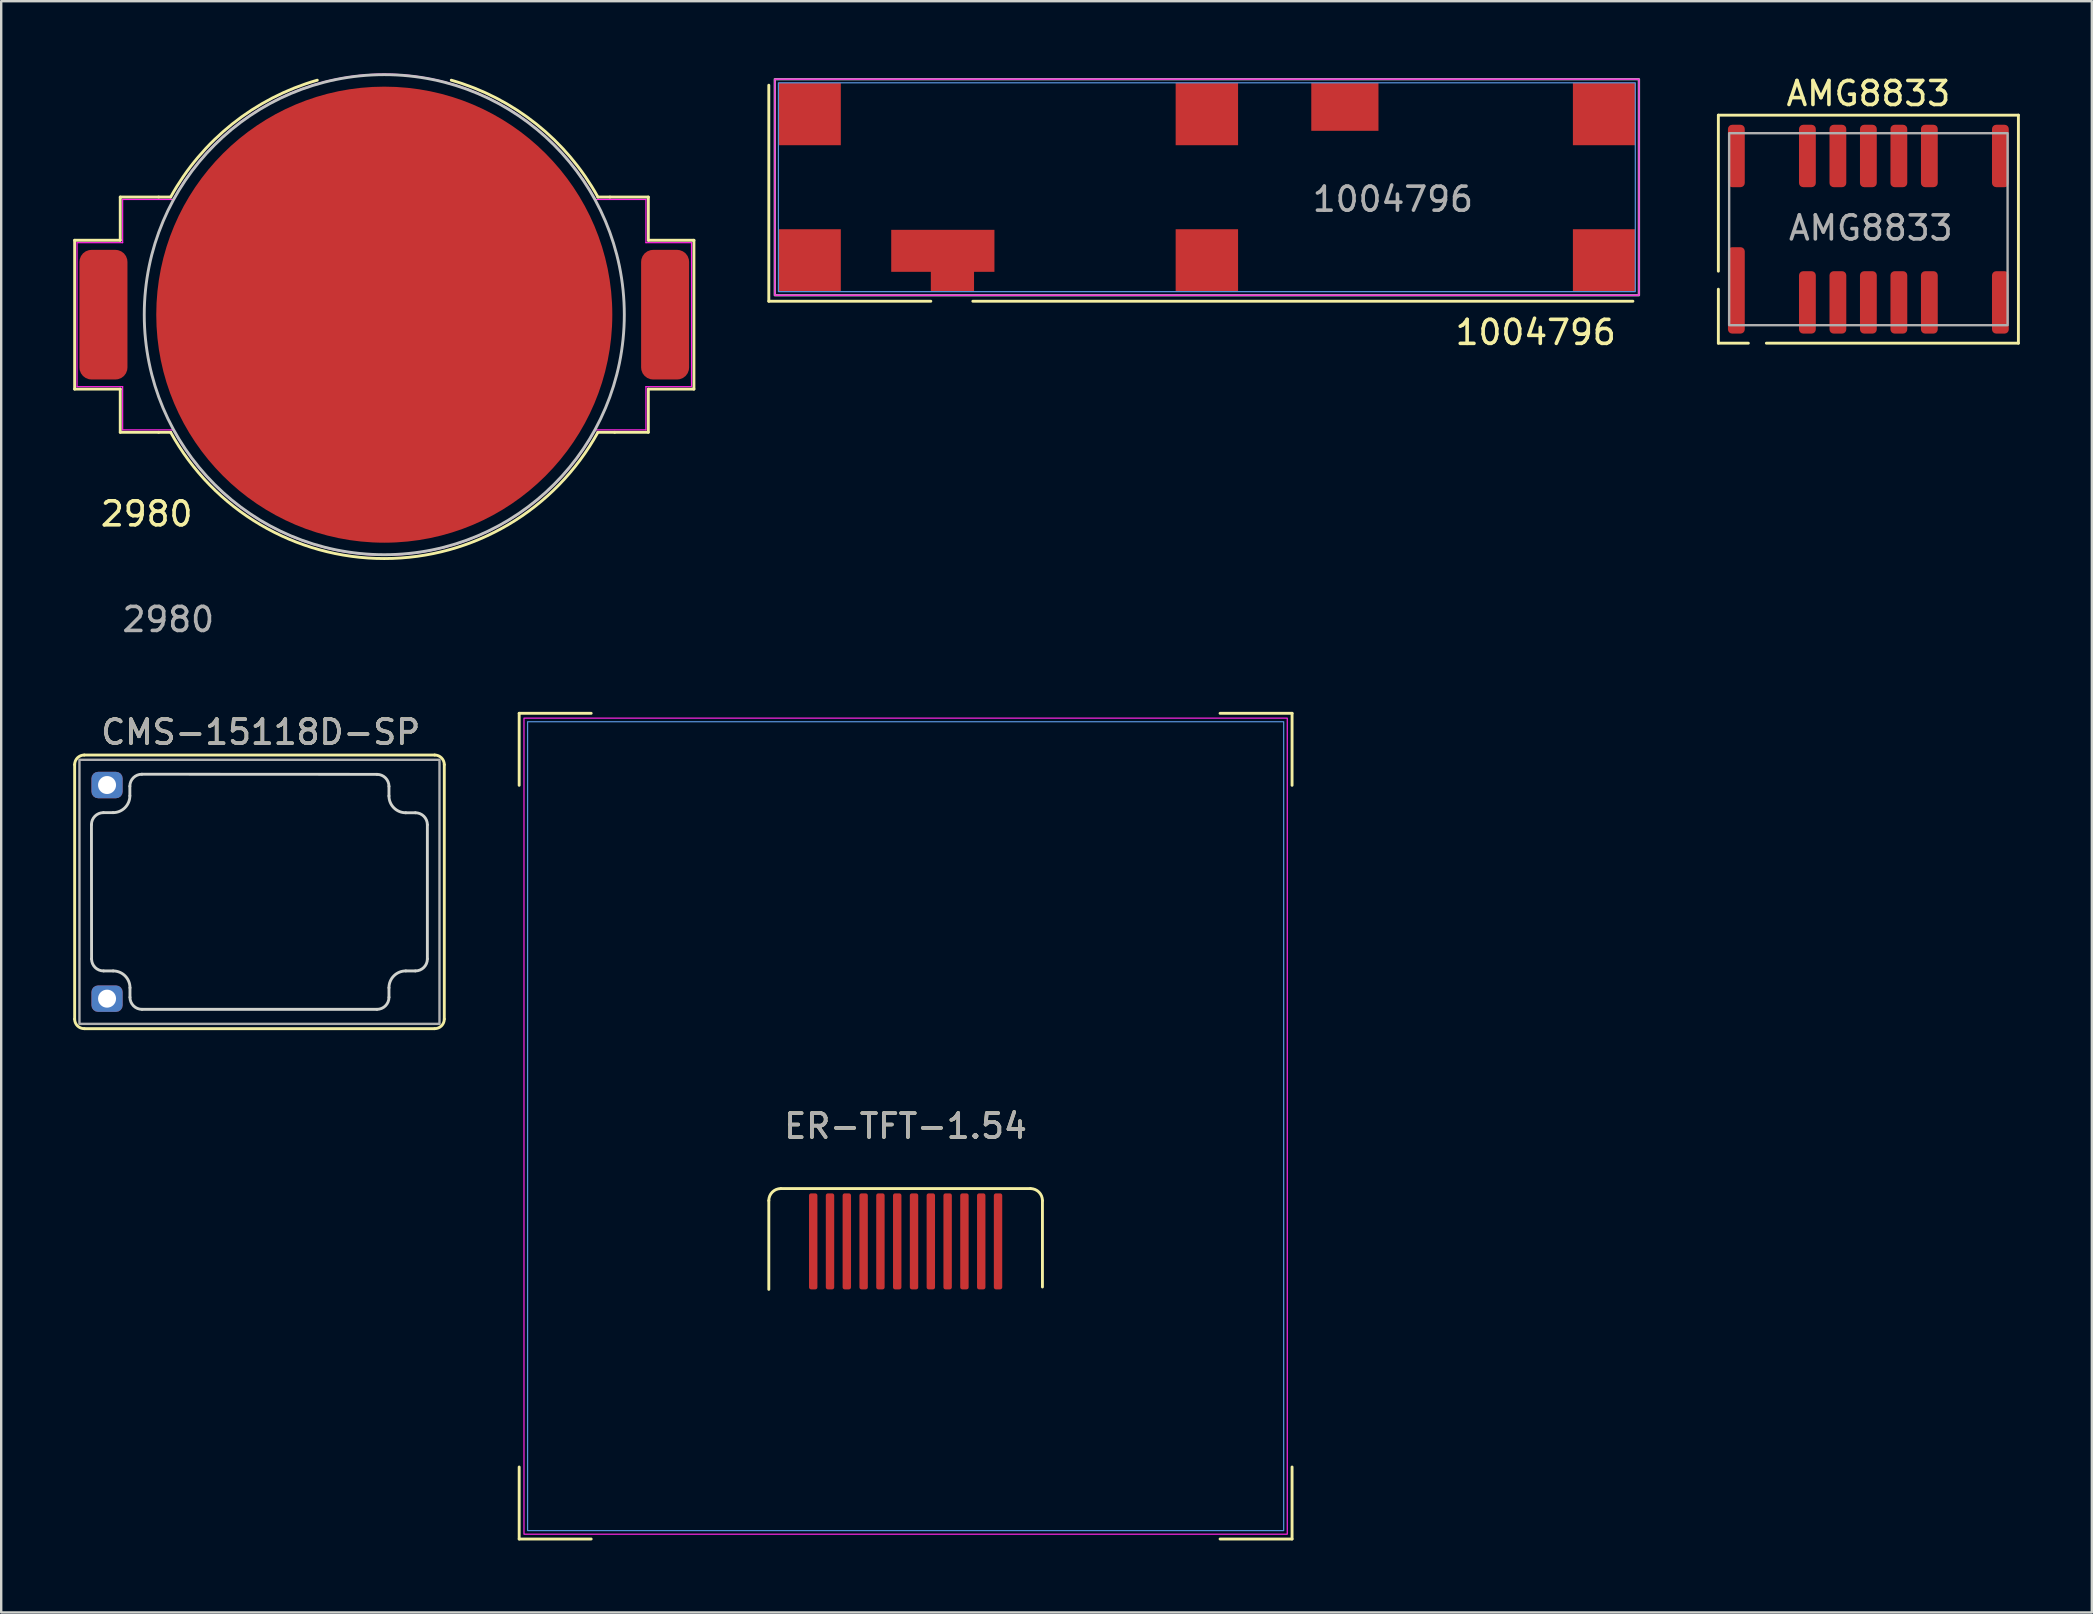
<source format=kicad_pcb>
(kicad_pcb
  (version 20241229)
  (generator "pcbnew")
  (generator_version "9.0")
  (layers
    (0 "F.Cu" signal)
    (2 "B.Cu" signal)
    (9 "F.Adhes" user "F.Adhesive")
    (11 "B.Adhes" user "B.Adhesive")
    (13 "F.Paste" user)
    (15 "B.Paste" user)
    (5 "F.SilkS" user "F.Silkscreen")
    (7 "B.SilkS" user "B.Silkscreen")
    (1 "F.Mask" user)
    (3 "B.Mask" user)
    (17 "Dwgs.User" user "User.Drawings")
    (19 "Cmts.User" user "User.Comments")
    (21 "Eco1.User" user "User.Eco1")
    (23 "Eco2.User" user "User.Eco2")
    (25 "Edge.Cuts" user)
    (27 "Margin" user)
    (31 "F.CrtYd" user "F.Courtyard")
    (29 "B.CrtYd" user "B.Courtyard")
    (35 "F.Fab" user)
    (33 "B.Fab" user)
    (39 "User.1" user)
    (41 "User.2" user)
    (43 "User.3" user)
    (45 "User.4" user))
  (footprint "1004796"
    (layer "F.Cu")
    (at 65.23 0.25)
    (property "Reference" "1004796" (at -4.3 10.55 0) (unlocked yes) (layer "F.SilkS") (effects (font (size 1 1) (thickness 0.15))))
    (attr smd)
    (fp_line (start -36.25 0.25) (end -36.25 9.25) (stroke (width 0.12) (type solid)) (layer "F.SilkS"))
    (fp_line (start -36.25 9.25) (end -29.5 9.25) (stroke (width 0.12) (type solid)) (layer "F.SilkS"))
    (fp_line (start -27.75 9.25) (end -0.25 9.25) (stroke (width 0.12) (type solid)) (layer "F.SilkS"))
    (fp_rect (start -0.15 0.15) (end -35.85 8.85) (stroke (width 0.05) (type solid)) (fill no) (layer "Cmts.User"))
    (fp_rect (start 0 0) (end -36 9) (stroke (width 0.05) (type solid)) (fill no) (layer "F.CrtYd"))
    (fp_rect (start -36 9) (end 0 0) (stroke (width 0.1) (type solid)) (fill no) (layer "F.Fab"))
    (fp_text user "${REFERENCE}" (at -10.25 5 0) (unlocked yes) (layer "F.Fab") (effects (font (size 1 1) (thickness 0.15))))
    (pad "1" smd custom (at -29 7.15) (size 4.3 1.75) (layers "F.Cu" "F.Mask" "F.Paste") (options (anchor rect)) (primitives (gr_rect (start -0.5 0.85) (end 1.3 1.7) (width 0) (fill yes))))
    (pad "2" smd rect (at -34.55 7.55) (size 2.6 2.6) (layers "F.Cu" "F.Mask" "F.Paste"))
    (pad "3" smd rect (at -34.55 1.45) (size 2.6 2.6) (layers "F.Cu" "F.Mask" "F.Paste"))
    (pad "4" smd rect (at -18 1.45) (size 2.6 2.6) (layers "F.Cu" "F.Mask" "F.Paste"))
    (pad "5" smd rect (at -12.25 1.15) (size 2.8 2) (layers "F.Cu" "F.Mask" "F.Paste"))
    (pad "6" smd rect (at -1.45 1.45) (size 2.6 2.6) (layers "F.Cu" "F.Mask" "F.Paste"))
    (pad "7" smd rect (at -1.45 7.55) (size 2.6 2.6) (layers "F.Cu" "F.Mask" "F.Paste"))
    (pad "8" smd rect (at -18 7.55) (size 2.6 2.6) (layers "F.Cu" "F.Mask" "F.Paste")))
  (footprint "CMS-15118D-SP"
    (layer "F.Cu")
    (at 7.76 34.106)
    (property "Reference" "CMS-15118D-SP" (at 0.05 -6.65 0) (unlocked yes) (layer "F.SilkS") (effects (font (size 1 1) (thickness 0.15))))
    (attr through_hole)
    (fp_line (start -7.7 5.3) (end -7.7 -5.3) (stroke (width 0.12) (type solid)) (layer "F.SilkS"))
    (fp_line (start -7.3 -5.7) (end 7.3 -5.7) (stroke (width 0.12) (type solid)) (layer "F.SilkS"))
    (fp_line (start 7.3 5.7) (end -7.3 5.7) (stroke (width 0.12) (type solid)) (layer "F.SilkS"))
    (fp_line (start 7.7 -5.3) (end 7.7 5.3) (stroke (width 0.12) (type solid)) (layer "F.SilkS"))
    (fp_arc (start -7.7 -5.3) (mid -7.582843 -5.582843) (end -7.3 -5.7) (stroke (width 0.12) (type solid)) (layer "F.SilkS"))
    (fp_arc (start -7.3 5.7) (mid -7.582843 5.582843) (end -7.7 5.3) (stroke (width 0.12) (type solid)) (layer "F.SilkS"))
    (fp_arc (start 7.3 -5.7) (mid 7.582843 -5.582843) (end 7.7 -5.3) (stroke (width 0.12) (type solid)) (layer "F.SilkS"))
    (fp_arc (start 7.7 5.3) (mid 7.582843 5.582843) (end 7.3 5.7) (stroke (width 0.12) (type solid)) (layer "F.SilkS"))
    (fp_line (start -7 -2.8) (end -6.995 2.795) (stroke (width 0.12) (type solid)) (layer "Edge.Cuts"))
    (fp_line (start -6.5 -3.3) (end -6.1 -3.3) (stroke (width 0.12) (type solid)) (layer "Edge.Cuts"))
    (fp_line (start -6.095 3.295) (end -6.495 3.295) (stroke (width 0.12) (type solid)) (layer "Edge.Cuts"))
    (fp_line (start -5.4 -4) (end -5.4 -4.4) (stroke (width 0.12) (type solid)) (layer "Edge.Cuts"))
    (fp_line (start -5.395 4.395) (end -5.395 3.995) (stroke (width 0.12) (type solid)) (layer "Edge.Cuts"))
    (fp_line (start -4.895 4.895) (end 4.895 4.895) (stroke (width 0.12) (type solid)) (layer "Edge.Cuts"))
    (fp_line (start 4.895 -4.895) (end -4.9 -4.9) (stroke (width 0.12) (type solid)) (layer "Edge.Cuts"))
    (fp_line (start 5.395 -4.395) (end 5.395 -3.995) (stroke (width 0.12) (type solid)) (layer "Edge.Cuts"))
    (fp_line (start 5.395 3.995) (end 5.395 4.395) (stroke (width 0.12) (type solid)) (layer "Edge.Cuts"))
    (fp_line (start 6.095 -3.295) (end 6.495 -3.295) (stroke (width 0.12) (type solid)) (layer "Edge.Cuts"))
    (fp_line (start 6.495 3.295) (end 6.095 3.295) (stroke (width 0.12) (type solid)) (layer "Edge.Cuts"))
    (fp_line (start 6.995 2.795) (end 6.995 -2.795) (stroke (width 0.12) (type solid)) (layer "Edge.Cuts"))
    (fp_arc (start -7 -2.8) (mid -6.853553 -3.153553) (end -6.5 -3.3) (stroke (width 0.12) (type solid)) (layer "Edge.Cuts"))
    (fp_arc (start -6.494975 3.294975) (mid -6.848528 3.148528) (end -6.994975 2.794975) (stroke (width 0.12) (type solid)) (layer "Edge.Cuts"))
    (fp_arc (start -6.094975 3.294975) (mid -5.6 3.5) (end -5.394975 3.994975) (stroke (width 0.12) (type solid)) (layer "Edge.Cuts"))
    (fp_arc (start -5.4 -4.4) (mid -5.253553 -4.753553) (end -4.9 -4.9) (stroke (width 0.12) (type solid)) (layer "Edge.Cuts"))
    (fp_arc (start -5.4 -4) (mid -5.605025 -3.505025) (end -6.1 -3.3) (stroke (width 0.12) (type solid)) (layer "Edge.Cuts"))
    (fp_arc (start -4.894975 4.894975) (mid -5.248528 4.748528) (end -5.394975 4.394975) (stroke (width 0.12) (type solid)) (layer "Edge.Cuts"))
    (fp_arc (start 4.894975 -4.894975) (mid 5.248528 -4.748528) (end 5.394975 -4.394975) (stroke (width 0.12) (type solid)) (layer "Edge.Cuts"))
    (fp_arc (start 5.394975 3.994975) (mid 5.6 3.5) (end 6.094975 3.294975) (stroke (width 0.12) (type solid)) (layer "Edge.Cuts"))
    (fp_arc (start 5.394975 4.394975) (mid 5.248528 4.748528) (end 4.894975 4.894975) (stroke (width 0.12) (type solid)) (layer "Edge.Cuts"))
    (fp_arc (start 6.094975 -3.294975) (mid 5.6 -3.5) (end 5.394975 -3.994975) (stroke (width 0.12) (type solid)) (layer "Edge.Cuts"))
    (fp_arc (start 6.494975 -3.294975) (mid 6.848528 -3.148528) (end 6.994975 -2.794975) (stroke (width 0.12) (type solid)) (layer "Edge.Cuts"))
    (fp_arc (start 6.994975 2.794975) (mid 6.848528 3.148528) (end 6.494975 3.294975) (stroke (width 0.12) (type solid)) (layer "Edge.Cuts"))
    (fp_rect (start -7.5 -5.5) (end 7.5 5.5) (stroke (width 0.1) (type solid)) (fill no) (layer "F.Fab"))
    (fp_text user "${REFERENCE}" (at 0.05 -6.65 0) (unlocked yes) (layer "F.Fab") (effects (font (size 1 1) (thickness 0.15))))
    (pad "1" thru_hole roundrect (at -6.35 -4.45) (size 1.3 1.1) (drill 0.75) (layers "*.Cu" "*.Mask") (roundrect_rratio 0.25))
    (pad "2" thru_hole roundrect (at -6.35 4.45) (size 1.3 1.1) (drill 0.75) (layers "*.Cu" "*.Mask") (roundrect_rratio 0.25)))
  (footprint "AMG8833"
    (layer "F.Cu")
    (at 74.79 6.498)
    (property "Reference" "AMG8833" (at 0 -5.65 0) (unlocked yes) (layer "F.SilkS") (effects (font (size 1 1) (thickness 0.15))))
    (attr smd)
    (fp_line (start -6.25 -4.75) (end -6.25 1.75) (stroke (width 0.12) (type solid)) (layer "F.SilkS"))
    (fp_line (start -6.25 2.5) (end -6.25 4.75) (stroke (width 0.12) (type solid)) (layer "F.SilkS"))
    (fp_line (start -6.25 4.75) (end -5 4.75) (stroke (width 0.12) (type solid)) (layer "F.SilkS"))
    (fp_line (start -4.25 4.75) (end 6.25 4.75) (stroke (width 0.12) (type solid)) (layer "F.SilkS"))
    (fp_line (start 6.25 -4.75) (end -6.25 -4.75) (stroke (width 0.12) (type solid)) (layer "F.SilkS"))
    (fp_line (start 6.25 4.75) (end 6.25 -4.75) (stroke (width 0.12) (type solid)) (layer "F.SilkS"))
    (fp_rect (start -5.8 -4) (end 5.8 4) (stroke (width 0.1) (type solid)) (fill no) (layer "F.Fab"))
    (fp_text user "${REFERENCE}" (at 0.1 -0.05 0) (unlocked yes) (layer "F.Fab") (effects (font (size 1 1) (thickness 0.15))))
    (pad "1" smd roundrect (at -5.5 2.55) (size 0.7 3.6) (layers "F.Cu" "F.Mask" "F.Paste") (roundrect_rratio 0.25))
    (pad "2" smd roundrect (at -2.54 3.05) (size 0.7 2.6) (layers "F.Cu" "F.Mask" "F.Paste") (roundrect_rratio 0.25))
    (pad "3" smd roundrect (at -1.27 3.05) (size 0.7 2.6) (layers "F.Cu" "F.Mask" "F.Paste") (roundrect_rratio 0.25))
    (pad "4" smd roundrect (at 0 3.05) (size 0.7 2.6) (layers "F.Cu" "F.Mask" "F.Paste") (roundrect_rratio 0.25))
    (pad "5" smd roundrect (at 1.27 3.05) (size 0.7 2.6) (layers "F.Cu" "F.Mask" "F.Paste") (roundrect_rratio 0.25))
    (pad "6" smd roundrect (at 2.54 3.05) (size 0.7 2.6) (layers "F.Cu" "F.Mask" "F.Paste") (roundrect_rratio 0.25))
    (pad "7" smd roundrect (at 5.5 3.05) (size 0.7 2.6) (layers "F.Cu" "F.Mask" "F.Paste") (roundrect_rratio 0.25))
    (pad "8" smd roundrect (at 5.5 -3.05) (size 0.7 2.6) (layers "F.Cu" "F.Mask" "F.Paste") (roundrect_rratio 0.25))
    (pad "9" smd roundrect (at 2.54 -3.05) (size 0.7 2.6) (layers "F.Cu" "F.Mask" "F.Paste") (roundrect_rratio 0.25))
    (pad "10" smd roundrect (at 1.27 -3.05) (size 0.7 2.6) (layers "F.Cu" "F.Mask" "F.Paste") (roundrect_rratio 0.25))
    (pad "11" smd roundrect (at 0 -3.05) (size 0.7 2.6) (layers "F.Cu" "F.Mask" "F.Paste") (roundrect_rratio 0.25))
    (pad "12" smd roundrect (at -1.27 -3.05) (size 0.7 2.6) (layers "F.Cu" "F.Mask" "F.Paste") (roundrect_rratio 0.25))
    (pad "13" smd roundrect (at -2.54 -3.05) (size 0.7 2.6) (layers "F.Cu" "F.Mask" "F.Paste") (roundrect_rratio 0.25))
    (pad "14" smd roundrect (at -5.5 -3.05) (size 0.7 2.6) (layers "F.Cu" "F.Mask" "F.Paste") (roundrect_rratio 0.25)))
  (footprint "ER-TFT-1.54"
    (layer "F.Cu")
    (at 34.68 43.868)
    (property "Reference" "ER-TFT-1.54" (at 0 0 0) (unlocked yes) (layer "F.SilkS") (effects (font (size 1 1) (thickness 0.15))))
    (attr smd)
    (fp_line (start -16.1 -17.2) (end -16.1 -14.2) (stroke (width 0.12) (type solid)) (layer "F.SilkS"))
    (fp_line (start -16.1 -17.2) (end -13.1 -17.2) (stroke (width 0.12) (type solid)) (layer "F.SilkS"))
    (fp_line (start -16.1 17.2) (end -16.1 14.2) (stroke (width 0.12) (type solid)) (layer "F.SilkS"))
    (fp_line (start -16.1 17.2) (end -13.1 17.2) (stroke (width 0.12) (type solid)) (layer "F.SilkS"))
    (fp_line (start -5.7 3.1) (end -5.7 6.8) (stroke (width 0.12) (type solid)) (layer "F.SilkS"))
    (fp_line (start 5.2 2.6) (end -5.2 2.6) (stroke (width 0.12) (type solid)) (layer "F.SilkS"))
    (fp_line (start 5.7 3.1) (end 5.7 6.7) (stroke (width 0.12) (type solid)) (layer "F.SilkS"))
    (fp_line (start 16.1 -17.2) (end 13.1 -17.2) (stroke (width 0.12) (type solid)) (layer "F.SilkS"))
    (fp_line (start 16.1 -17.2) (end 16.1 -14.2) (stroke (width 0.12) (type solid)) (layer "F.SilkS"))
    (fp_line (start 16.1 17.2) (end 13.1 17.2) (stroke (width 0.12) (type solid)) (layer "F.SilkS"))
    (fp_line (start 16.1 17.2) (end 16.1 14.2) (stroke (width 0.12) (type solid)) (layer "F.SilkS"))
    (fp_arc (start -5.7 3.1) (mid -5.553553 2.746447) (end -5.2 2.6) (stroke (width 0.12) (type solid)) (layer "F.SilkS"))
    (fp_arc (start 5.2 2.6) (mid 5.553553 2.746447) (end 5.7 3.1) (stroke (width 0.12) (type solid)) (layer "F.SilkS"))
    (fp_rect (start -15.75 -16.85) (end 15.75 16.85) (stroke (width 0.05) (type solid)) (fill no) (layer "Cmts.User"))
    (fp_rect (start -15.9 -17) (end 15.9 17) (stroke (width 0.05) (type solid)) (fill no) (layer "F.CrtYd"))
    (fp_text user "${REFERENCE}" (at 0 0 0) (unlocked yes) (layer "F.Fab") (effects (font (size 1 1) (thickness 0.15))))
    (pad "1" smd roundrect (at 3.85 4.8) (size 0.35 4) (layers "F.Cu" "F.Mask" "F.Paste") (roundrect_rratio 0.25))
    (pad "2" smd roundrect (at 3.15 4.8) (size 0.35 4) (layers "F.Cu" "F.Mask" "F.Paste") (roundrect_rratio 0.25))
    (pad "3" smd roundrect (at 2.45 4.8) (size 0.35 4) (layers "F.Cu" "F.Mask" "F.Paste") (roundrect_rratio 0.25))
    (pad "4" smd roundrect (at 1.75 4.8) (size 0.35 4) (layers "F.Cu" "F.Mask" "F.Paste") (roundrect_rratio 0.25))
    (pad "5" smd roundrect (at 1.05 4.8) (size 0.35 4) (layers "F.Cu" "F.Mask" "F.Paste") (roundrect_rratio 0.25))
    (pad "6" smd roundrect (at 0.35 4.8) (size 0.35 4) (layers "F.Cu" "F.Mask" "F.Paste") (roundrect_rratio 0.25))
    (pad "7" smd roundrect (at -0.35 4.8) (size 0.35 4) (layers "F.Cu" "F.Mask" "F.Paste") (roundrect_rratio 0.25))
    (pad "8" smd roundrect (at -1.05 4.8) (size 0.35 4) (layers "F.Cu" "F.Mask" "F.Paste") (roundrect_rratio 0.25))
    (pad "9" smd roundrect (at -1.75 4.8) (size 0.35 4) (layers "F.Cu" "F.Mask" "F.Paste") (roundrect_rratio 0.25))
    (pad "10" smd roundrect (at -2.45 4.8) (size 0.35 4) (layers "F.Cu" "F.Mask" "F.Paste") (roundrect_rratio 0.25))
    (pad "11" smd roundrect (at -3.15 4.8) (size 0.35 4) (layers "F.Cu" "F.Mask" "F.Paste") (roundrect_rratio 0.25))
    (pad "12" smd roundrect (at -3.85 4.8) (size 0.35 4) (layers "F.Cu" "F.Mask" "F.Paste") (roundrect_rratio 0.25)))
  (footprint "2980"
    (layer "F.Cu")
    (at 12.96 10.06)
    (property "Reference" "2980" (at -9.9 8.3 0) (unlocked yes) (layer "F.SilkS") (effects (font (size 1 1) (thickness 0.15))))
    (attr smd)
    (fp_line (start -12.9 -3.1) (end -12.9 3.1) (stroke (width 0.12) (type solid)) (layer "F.SilkS"))
    (fp_line (start -12.9 -3.1) (end -11 -3.1) (stroke (width 0.12) (type solid)) (layer "F.SilkS"))
    (fp_line (start -12.9 3.1) (end -11 3.1) (stroke (width 0.12) (type solid)) (layer "F.SilkS"))
    (fp_line (start -11 -4.9) (end -9.4 -4.9) (stroke (width 0.12) (type solid)) (layer "F.SilkS"))
    (fp_line (start -11 -3.1) (end -11 -4.9) (stroke (width 0.12) (type solid)) (layer "F.SilkS"))
    (fp_line (start -11 3.1) (end -11 4.9) (stroke (width 0.12) (type solid)) (layer "F.SilkS"))
    (fp_line (start -11 4.9) (end -9.4 4.9) (stroke (width 0.12) (type solid)) (layer "F.SilkS"))
    (fp_line (start -9.4 4.9) (end -8.9 4.9) (stroke (width 0.12) (type solid)) (layer "F.SilkS"))
    (fp_line (start -9.4 -4.9) (end -8.9 -4.9) (stroke (width 0.12) (type solid)) (layer "F.SilkS"))
    (fp_line (start 9.4 -4.9) (end 8.9 -4.9) (stroke (width 0.12) (type solid)) (layer "F.SilkS"))
    (fp_line (start 9.6 4.9) (end 8.9 4.9) (stroke (width 0.12) (type solid)) (layer "F.SilkS"))
    (fp_line (start 11 -4.9) (end 9.4 -4.9) (stroke (width 0.12) (type solid)) (layer "F.SilkS"))
    (fp_line (start 11 -3.1) (end 11 -4.9) (stroke (width 0.12) (type solid)) (layer "F.SilkS"))
    (fp_line (start 11 3.1) (end 11 4.9) (stroke (width 0.12) (type solid)) (layer "F.SilkS"))
    (fp_line (start 11 4.9) (end 9.6 4.9) (stroke (width 0.12) (type solid)) (layer "F.SilkS"))
    (fp_line (start 12.9 -3.1) (end 11 -3.1) (stroke (width 0.12) (type solid)) (layer "F.SilkS"))
    (fp_line (start 12.9 -3.1) (end 12.9 3.1) (stroke (width 0.12) (type solid)) (layer "F.SilkS"))
    (fp_line (start 12.9 3.1) (end 11 3.1) (stroke (width 0.12) (type solid)) (layer "F.SilkS"))
    (fp_arc (start -8.9 -4.9) (mid -6.3322 -7.945014) (end -2.791091 -9.768818) (stroke (width 0.12) (type default)) (layer "F.SilkS"))
    (fp_arc (start 2.791091 -9.768818) (mid 6.332199 -7.945014) (end 8.9 -4.9) (stroke (width 0.12) (type default)) (layer "F.SilkS"))
    (fp_arc (start 8.9 4.9) (mid 0 10.159724) (end -8.9 4.9) (stroke (width 0.12) (type solid)) (layer "F.SilkS"))
    (fp_circle (center 0 0) (end 0 -10) (stroke (width 0.12) (type solid)) (fill no) (layer "Dwgs.User"))
    (fp_line (start -12.8 -3) (end -12.8 3) (stroke (width 0.05) (type solid)) (layer "F.CrtYd"))
    (fp_line (start -12.8 -3) (end -10.9 -3) (stroke (width 0.05) (type solid)) (layer "F.CrtYd"))
    (fp_line (start -12.8 3) (end -10.9 3) (stroke (width 0.05) (type solid)) (layer "F.CrtYd"))
    (fp_line (start -10.9 -4.8) (end -8.8 -4.8) (stroke (width 0.05) (type solid)) (layer "F.CrtYd"))
    (fp_line (start -10.9 -3) (end -10.9 -4.8) (stroke (width 0.05) (type solid)) (layer "F.CrtYd"))
    (fp_line (start -10.9 3) (end -10.9 4.8) (stroke (width 0.05) (type solid)) (layer "F.CrtYd"))
    (fp_line (start -10.9 4.8) (end -8.8 4.8) (stroke (width 0.05) (type solid)) (layer "F.CrtYd"))
    (fp_line (start 10.9 -4.8) (end 8.8 -4.8) (stroke (width 0.05) (type solid)) (layer "F.CrtYd"))
    (fp_line (start 10.9 -3) (end 10.9 -4.8) (stroke (width 0.05) (type solid)) (layer "F.CrtYd"))
    (fp_line (start 10.9 3) (end 10.9 4.8) (stroke (width 0.05) (type solid)) (layer "F.CrtYd"))
    (fp_line (start 10.9 4.8) (end 8.8 4.8) (stroke (width 0.05) (type solid)) (layer "F.CrtYd"))
    (fp_line (start 12.8 -3) (end 10.9 -3) (stroke (width 0.05) (type solid)) (layer "F.CrtYd"))
    (fp_line (start 12.8 -3) (end 12.8 3) (stroke (width 0.05) (type solid)) (layer "F.CrtYd"))
    (fp_line (start 12.8 3) (end 10.9 3) (stroke (width 0.05) (type solid)) (layer "F.CrtYd"))
    (fp_arc (start -8.8 -4.8) (mid 0 -10.023971) (end 8.8 -4.8) (stroke (width 0.05) (type solid)) (layer "F.CrtYd"))
    (fp_arc (start 8.8 4.8) (mid 0 10.023971) (end -8.8 4.8) (stroke (width 0.05) (type solid)) (layer "F.CrtYd"))
    (fp_text user "${REFERENCE}" (at -9 12.7 0) (unlocked yes) (layer "F.Fab") (effects (font (size 1 1) (thickness 0.15))))
    (pad "1" smd roundrect (at -11.7 0) (size 2 5.4) (layers "F.Cu" "F.Mask" "F.Paste") (roundrect_rratio 0.25))
    (pad "1" smd roundrect (at 11.7 0) (size 2 5.4) (layers "F.Cu" "F.Mask" "F.Paste") (roundrect_rratio 0.25))
    (pad "2" smd circle (at 0 0) (size 19 19) (layers "F.Cu" "F.Mask")))
  (gr_rect
    (start -3 -3)
    (end 84.1 64.128)
    (stroke (width 0.1) (type default))
    (fill no)
    (layer "Edge.Cuts")))
</source>
